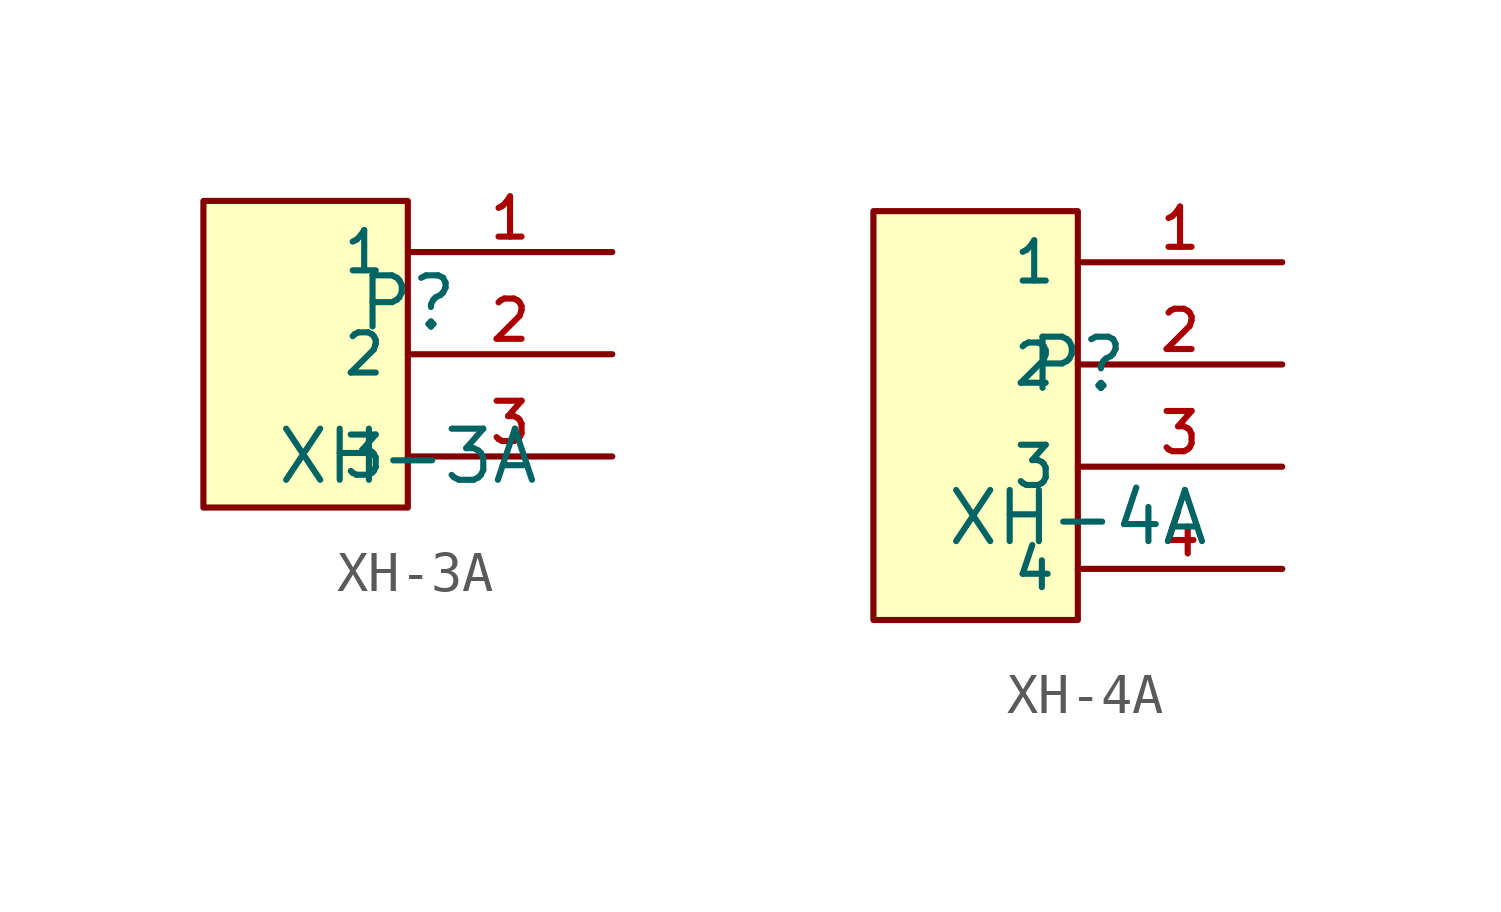
<source format=kicad_sym>
(kicad_symbol_lib
  (version 20231120)
  (generator "kicad_symbol_editor")
  (generator_version "8.0")
  (symbol "XH-3A"
    (property "Reference" "P"
      (at 0 1.27 0)
      (effects (font (size 1.27 1.27))))
    (property "Value" "XH-3A"
      (at 0 -2.54 0)
      (effects (font (size 1.27 1.27))))
    (symbol "XH-3A_0_1"
      (rectangle (start -5.08 3.81) (end 0.0 -3.81) (stroke (width 0) (type default) (color 0 0 0 0)) (fill (type background)))
      (pin unspecified line (at 5.08 2.54 180) (length 5.08) (name "1" (effects (font (size 1 1)))) (number "1" (effects (font (size 1 1)))))
      (pin unspecified line (at 5.08 -0.0 180) (length 5.08) (name "2" (effects (font (size 1 1)))) (number "2" (effects (font (size 1 1)))))
      (pin unspecified line (at 5.08 -2.54 180) (length 5.08) (name "3" (effects (font (size 1 1)))) (number "3" (effects (font (size 1 1)))))))
  (symbol "XH-4A"
    (property "Reference" "P"
      (at 0 1.27 0)
      (effects (font (size 1.27 1.27))))
    (property "Value" "XH-4A"
      (at 0 -2.54 0)
      (effects (font (size 1.27 1.27))))
    (symbol "XH-4A_0_1"
      (rectangle (start -5.08 5.08) (end 0.0 -5.08) (stroke (width 0) (type default) (color 0 0 0 0)) (fill (type background)))
      (pin unspecified line (at 5.08 3.81 180) (length 5.08) (name "1" (effects (font (size 1 1)))) (number "1" (effects (font (size 1 1)))))
      (pin unspecified line (at 5.08 1.27 180) (length 5.08) (name "2" (effects (font (size 1 1)))) (number "2" (effects (font (size 1 1)))))
      (pin unspecified line (at 5.08 -1.27 180) (length 5.08) (name "3" (effects (font (size 1 1)))) (number "3" (effects (font (size 1 1)))))
      (pin unspecified line (at 5.08 -3.81 180) (length 5.08) (name "4" (effects (font (size 1 1)))) (number "4" (effects (font (size 1 1))))))))
</source>
